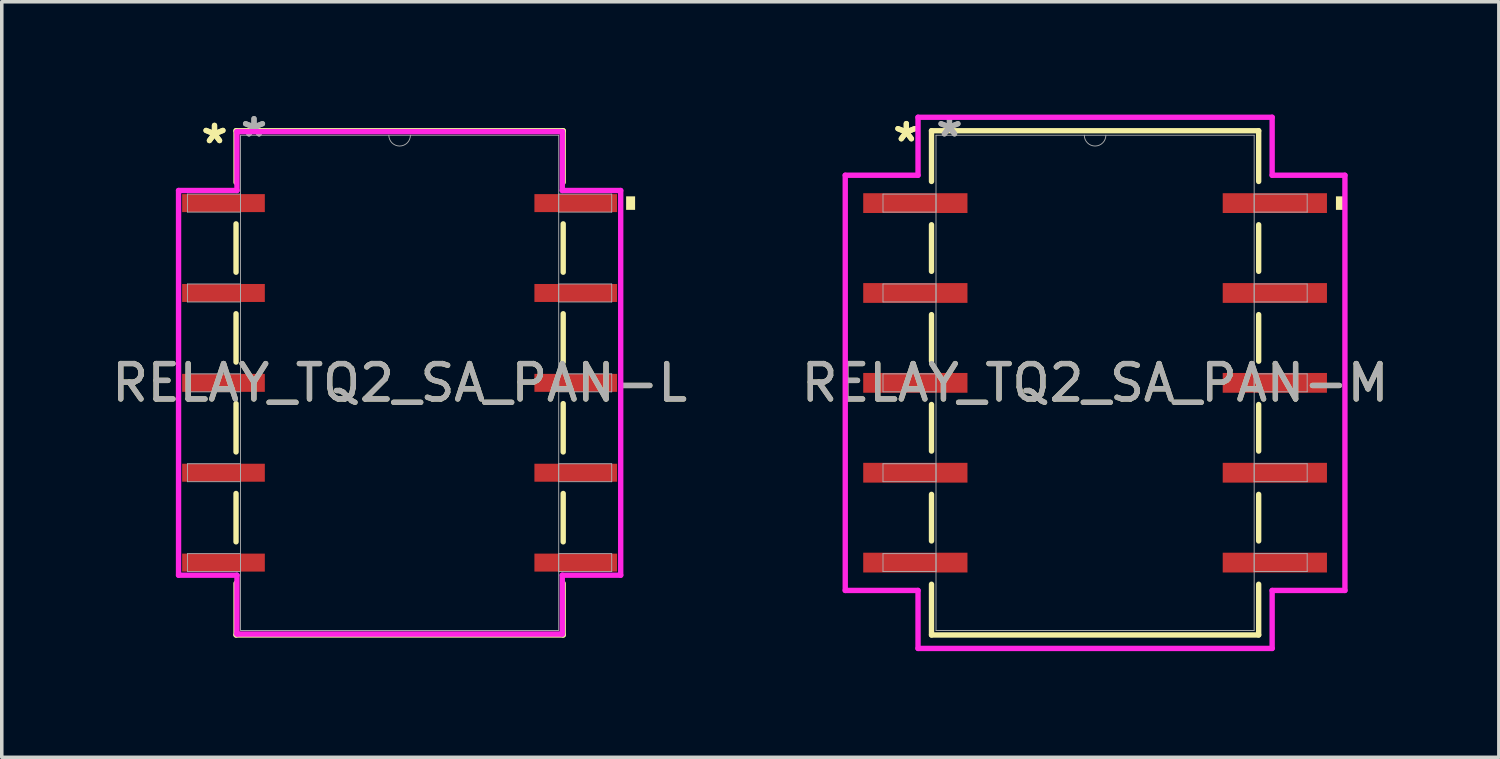
<source format=kicad_pcb>
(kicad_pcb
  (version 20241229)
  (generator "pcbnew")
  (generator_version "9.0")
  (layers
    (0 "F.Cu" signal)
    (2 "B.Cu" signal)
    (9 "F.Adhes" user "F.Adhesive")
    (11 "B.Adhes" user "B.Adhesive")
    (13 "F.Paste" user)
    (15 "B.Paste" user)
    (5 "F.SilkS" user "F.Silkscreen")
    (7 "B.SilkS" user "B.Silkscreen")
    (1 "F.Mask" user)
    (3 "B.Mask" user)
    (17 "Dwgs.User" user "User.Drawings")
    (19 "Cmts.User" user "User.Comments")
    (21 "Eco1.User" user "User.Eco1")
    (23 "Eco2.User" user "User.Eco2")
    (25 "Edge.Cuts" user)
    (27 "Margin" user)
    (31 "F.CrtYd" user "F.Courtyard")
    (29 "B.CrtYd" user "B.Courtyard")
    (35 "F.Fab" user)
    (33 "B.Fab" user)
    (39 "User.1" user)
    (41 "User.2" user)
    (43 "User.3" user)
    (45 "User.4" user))
  (footprint "RELAY_TQ2_SA_PAN-L"
    (layer "F.Cu")
    (at 8.244 7.77)
    (property "Reference" "RELAY_TQ2_SA_PAN-L" (at 0 0 0) (unlocked yes) (layer "F.SilkS") (effects (font (size 1 1) (thickness 0.15))))
    (attr smd)
    (fp_line (start -4.623 -7.125) (end -4.623 -5.667) (stroke (width 0.152) (type solid)) (layer "F.SilkS"))
    (fp_line (start -4.623 -4.493) (end -4.623 -3.127) (stroke (width 0.152) (type solid)) (layer "F.SilkS"))
    (fp_line (start -4.623 -1.953) (end -4.623 -0.587) (stroke (width 0.152) (type solid)) (layer "F.SilkS"))
    (fp_line (start -4.623 0.587) (end -4.623 1.953) (stroke (width 0.152) (type solid)) (layer "F.SilkS"))
    (fp_line (start -4.623 3.127) (end -4.623 4.493) (stroke (width 0.152) (type solid)) (layer "F.SilkS"))
    (fp_line (start -4.623 5.667) (end -4.623 7.125) (stroke (width 0.152) (type solid)) (layer "F.SilkS"))
    (fp_line (start -4.623 7.125) (end 4.623 7.125) (stroke (width 0.152) (type solid)) (layer "F.SilkS"))
    (fp_line (start 4.623 -7.125) (end -4.623 -7.125) (stroke (width 0.152) (type solid)) (layer "F.SilkS"))
    (fp_line (start 4.623 -5.667) (end 4.623 -7.125) (stroke (width 0.152) (type solid)) (layer "F.SilkS"))
    (fp_line (start 4.623 -3.127) (end 4.623 -4.493) (stroke (width 0.152) (type solid)) (layer "F.SilkS"))
    (fp_line (start 4.623 -0.587) (end 4.623 -1.953) (stroke (width 0.152) (type solid)) (layer "F.SilkS"))
    (fp_line (start 4.623 1.953) (end 4.623 0.587) (stroke (width 0.152) (type solid)) (layer "F.SilkS"))
    (fp_line (start 4.623 4.493) (end 4.623 3.127) (stroke (width 0.152) (type solid)) (layer "F.SilkS"))
    (fp_line (start 4.623 7.125) (end 4.623 5.667) (stroke (width 0.152) (type solid)) (layer "F.SilkS"))
    (fp_poly (pts (xy 6.655 -5.271) (xy 6.655 -4.889) (xy 6.401 -4.889) (xy 6.401 -5.271)) (stroke (width 0) (type solid)) (fill yes) (layer "F.SilkS"))
    (fp_line (start -6.248 -5.436) (end -4.597 -5.436) (stroke (width 0.152) (type solid)) (layer "F.CrtYd"))
    (fp_line (start -6.248 5.436) (end -6.248 -5.436) (stroke (width 0.152) (type solid)) (layer "F.CrtYd"))
    (fp_line (start -6.248 5.436) (end -4.597 5.436) (stroke (width 0.152) (type solid)) (layer "F.CrtYd"))
    (fp_line (start -4.597 -7.099) (end 4.597 -7.099) (stroke (width 0.152) (type solid)) (layer "F.CrtYd"))
    (fp_line (start -4.597 -5.436) (end -4.597 -7.099) (stroke (width 0.152) (type solid)) (layer "F.CrtYd"))
    (fp_line (start -4.597 7.099) (end -4.597 5.436) (stroke (width 0.152) (type solid)) (layer "F.CrtYd"))
    (fp_line (start 4.597 -7.099) (end 4.597 -5.436) (stroke (width 0.152) (type solid)) (layer "F.CrtYd"))
    (fp_line (start 4.597 5.436) (end 4.597 7.099) (stroke (width 0.152) (type solid)) (layer "F.CrtYd"))
    (fp_line (start 4.597 7.099) (end -4.597 7.099) (stroke (width 0.152) (type solid)) (layer "F.CrtYd"))
    (fp_line (start 6.248 -5.436) (end 4.597 -5.436) (stroke (width 0.152) (type solid)) (layer "F.CrtYd"))
    (fp_line (start 6.248 -5.436) (end 6.248 5.436) (stroke (width 0.152) (type solid)) (layer "F.CrtYd"))
    (fp_line (start 6.248 5.436) (end 4.597 5.436) (stroke (width 0.152) (type solid)) (layer "F.CrtYd"))
    (fp_line (start -5.994 -5.334) (end -5.994 -4.826) (stroke (width 0.025) (type solid)) (layer "F.Fab"))
    (fp_line (start -5.994 -4.826) (end -4.496 -4.826) (stroke (width 0.025) (type solid)) (layer "F.Fab"))
    (fp_line (start -5.994 -2.794) (end -5.994 -2.286) (stroke (width 0.025) (type solid)) (layer "F.Fab"))
    (fp_line (start -5.994 -2.286) (end -4.496 -2.286) (stroke (width 0.025) (type solid)) (layer "F.Fab"))
    (fp_line (start -5.994 -0.254) (end -5.994 0.254) (stroke (width 0.025) (type solid)) (layer "F.Fab"))
    (fp_line (start -5.994 0.254) (end -4.496 0.254) (stroke (width 0.025) (type solid)) (layer "F.Fab"))
    (fp_line (start -5.994 2.286) (end -5.994 2.794) (stroke (width 0.025) (type solid)) (layer "F.Fab"))
    (fp_line (start -5.994 2.794) (end -4.496 2.794) (stroke (width 0.025) (type solid)) (layer "F.Fab"))
    (fp_line (start -5.994 4.826) (end -5.994 5.334) (stroke (width 0.025) (type solid)) (layer "F.Fab"))
    (fp_line (start -5.994 5.334) (end -4.496 5.334) (stroke (width 0.025) (type solid)) (layer "F.Fab"))
    (fp_line (start -4.496 -6.998) (end -4.496 6.998) (stroke (width 0.025) (type solid)) (layer "F.Fab"))
    (fp_line (start -4.496 -5.334) (end -5.994 -5.334) (stroke (width 0.025) (type solid)) (layer "F.Fab"))
    (fp_line (start -4.496 -4.826) (end -4.496 -5.334) (stroke (width 0.025) (type solid)) (layer "F.Fab"))
    (fp_line (start -4.496 -2.794) (end -5.994 -2.794) (stroke (width 0.025) (type solid)) (layer "F.Fab"))
    (fp_line (start -4.496 -2.286) (end -4.496 -2.794) (stroke (width 0.025) (type solid)) (layer "F.Fab"))
    (fp_line (start -4.496 -0.254) (end -5.994 -0.254) (stroke (width 0.025) (type solid)) (layer "F.Fab"))
    (fp_line (start -4.496 0.254) (end -4.496 -0.254) (stroke (width 0.025) (type solid)) (layer "F.Fab"))
    (fp_line (start -4.496 2.286) (end -5.994 2.286) (stroke (width 0.025) (type solid)) (layer "F.Fab"))
    (fp_line (start -4.496 2.794) (end -4.496 2.286) (stroke (width 0.025) (type solid)) (layer "F.Fab"))
    (fp_line (start -4.496 4.826) (end -5.994 4.826) (stroke (width 0.025) (type solid)) (layer "F.Fab"))
    (fp_line (start -4.496 5.334) (end -4.496 4.826) (stroke (width 0.025) (type solid)) (layer "F.Fab"))
    (fp_line (start -4.496 6.998) (end 4.496 6.998) (stroke (width 0.025) (type solid)) (layer "F.Fab"))
    (fp_line (start 4.496 -6.998) (end -4.496 -6.998) (stroke (width 0.025) (type solid)) (layer "F.Fab"))
    (fp_line (start 4.496 -5.334) (end 4.496 -4.826) (stroke (width 0.025) (type solid)) (layer "F.Fab"))
    (fp_line (start 4.496 -4.826) (end 5.994 -4.826) (stroke (width 0.025) (type solid)) (layer "F.Fab"))
    (fp_line (start 4.496 -2.794) (end 4.496 -2.286) (stroke (width 0.025) (type solid)) (layer "F.Fab"))
    (fp_line (start 4.496 -2.286) (end 5.994 -2.286) (stroke (width 0.025) (type solid)) (layer "F.Fab"))
    (fp_line (start 4.496 -0.254) (end 4.496 0.254) (stroke (width 0.025) (type solid)) (layer "F.Fab"))
    (fp_line (start 4.496 0.254) (end 5.994 0.254) (stroke (width 0.025) (type solid)) (layer "F.Fab"))
    (fp_line (start 4.496 2.286) (end 4.496 2.794) (stroke (width 0.025) (type solid)) (layer "F.Fab"))
    (fp_line (start 4.496 2.794) (end 5.994 2.794) (stroke (width 0.025) (type solid)) (layer "F.Fab"))
    (fp_line (start 4.496 4.826) (end 4.496 5.334) (stroke (width 0.025) (type solid)) (layer "F.Fab"))
    (fp_line (start 4.496 5.334) (end 5.994 5.334) (stroke (width 0.025) (type solid)) (layer "F.Fab"))
    (fp_line (start 4.496 6.998) (end 4.496 -6.998) (stroke (width 0.025) (type solid)) (layer "F.Fab"))
    (fp_line (start 5.994 -5.334) (end 4.496 -5.334) (stroke (width 0.025) (type solid)) (layer "F.Fab"))
    (fp_line (start 5.994 -4.826) (end 5.994 -5.334) (stroke (width 0.025) (type solid)) (layer "F.Fab"))
    (fp_line (start 5.994 -2.794) (end 4.496 -2.794) (stroke (width 0.025) (type solid)) (layer "F.Fab"))
    (fp_line (start 5.994 -2.286) (end 5.994 -2.794) (stroke (width 0.025) (type solid)) (layer "F.Fab"))
    (fp_line (start 5.994 -0.254) (end 4.496 -0.254) (stroke (width 0.025) (type solid)) (layer "F.Fab"))
    (fp_line (start 5.994 0.254) (end 5.994 -0.254) (stroke (width 0.025) (type solid)) (layer "F.Fab"))
    (fp_line (start 5.994 2.286) (end 4.496 2.286) (stroke (width 0.025) (type solid)) (layer "F.Fab"))
    (fp_line (start 5.994 2.794) (end 5.994 2.286) (stroke (width 0.025) (type solid)) (layer "F.Fab"))
    (fp_line (start 5.994 4.826) (end 4.496 4.826) (stroke (width 0.025) (type solid)) (layer "F.Fab"))
    (fp_line (start 5.994 5.334) (end 5.994 4.826) (stroke (width 0.025) (type solid)) (layer "F.Fab"))
    (fp_arc (start 0.3048 -6.9977) (mid 0 -6.6929) (end -0.3048 -6.9977) (stroke (width 0.0254) (type solid)) (layer "F.Fab"))
    (fp_text user "*" (at -5.232 -6.731 0) (layer "F.SilkS") (effects (font (size 1 1) (thickness 0.15))))
    (fp_text user "*" (at -5.232 -6.731 0) (unlocked yes) (layer "F.SilkS") (effects (font (size 1 1) (thickness 0.15))))
    (fp_text user "*" (at -4.115 -6.921 0) (layer "F.Fab") (effects (font (size 1 1) (thickness 0.15))))
    (fp_text user "${REFERENCE}" (at 0 0 0) (unlocked yes) (layer "F.Fab") (effects (font (size 1 1) (thickness 0.15))))
    (fp_text user "*" (at -4.115 -6.921 0) (unlocked yes) (layer "F.Fab") (effects (font (size 1 1) (thickness 0.15))))
    (pad "1" smd rect (at -4.978 -5.08) (size 2.337 0.508) (layers "F.Cu" "F.Mask" "F.Paste"))
    (pad "2" smd rect (at -4.978 -2.54) (size 2.337 0.508) (layers "F.Cu" "F.Mask" "F.Paste"))
    (pad "3" smd rect (at -4.978 0) (size 2.337 0.508) (layers "F.Cu" "F.Mask" "F.Paste"))
    (pad "4" smd rect (at -4.978 2.54) (size 2.337 0.508) (layers "F.Cu" "F.Mask" "F.Paste"))
    (pad "5" smd rect (at -4.978 5.08) (size 2.337 0.508) (layers "F.Cu" "F.Mask" "F.Paste"))
    (pad "6" smd rect (at 4.978 5.08) (size 2.337 0.508) (layers "F.Cu" "F.Mask" "F.Paste"))
    (pad "7" smd rect (at 4.978 2.54) (size 2.337 0.508) (layers "F.Cu" "F.Mask" "F.Paste"))
    (pad "8" smd rect (at 4.978 0) (size 2.337 0.508) (layers "F.Cu" "F.Mask" "F.Paste"))
    (pad "9" smd rect (at 4.978 -2.54) (size 2.337 0.508) (layers "F.Cu" "F.Mask" "F.Paste"))
    (pad "10" smd rect (at 4.978 -5.08) (size 2.337 0.508) (layers "F.Cu" "F.Mask" "F.Paste")))
  (footprint "RELAY_TQ2_SA_PAN-M"
    (layer "F.Cu")
    (at 27.899 7.77)
    (property "Reference" "RELAY_TQ2_SA_PAN-M" (at 0 0 0) (unlocked yes) (layer "F.SilkS") (effects (font (size 1 1) (thickness 0.15))))
    (attr smd)
    (fp_line (start -4.623 -7.125) (end -4.623 -5.692) (stroke (width 0.152) (type solid)) (layer "F.SilkS"))
    (fp_line (start -4.623 -4.468) (end -4.623 -3.152) (stroke (width 0.152) (type solid)) (layer "F.SilkS"))
    (fp_line (start -4.623 -1.928) (end -4.623 -0.612) (stroke (width 0.152) (type solid)) (layer "F.SilkS"))
    (fp_line (start -4.623 0.612) (end -4.623 1.928) (stroke (width 0.152) (type solid)) (layer "F.SilkS"))
    (fp_line (start -4.623 3.152) (end -4.623 4.468) (stroke (width 0.152) (type solid)) (layer "F.SilkS"))
    (fp_line (start -4.623 5.692) (end -4.623 7.125) (stroke (width 0.152) (type solid)) (layer "F.SilkS"))
    (fp_line (start -4.623 7.125) (end 4.623 7.125) (stroke (width 0.152) (type solid)) (layer "F.SilkS"))
    (fp_line (start 4.623 -7.125) (end -4.623 -7.125) (stroke (width 0.152) (type solid)) (layer "F.SilkS"))
    (fp_line (start 4.623 -5.692) (end 4.623 -7.125) (stroke (width 0.152) (type solid)) (layer "F.SilkS"))
    (fp_line (start 4.623 -3.152) (end 4.623 -4.468) (stroke (width 0.152) (type solid)) (layer "F.SilkS"))
    (fp_line (start 4.623 -0.612) (end 4.623 -1.928) (stroke (width 0.152) (type solid)) (layer "F.SilkS"))
    (fp_line (start 4.623 1.928) (end 4.623 0.612) (stroke (width 0.152) (type solid)) (layer "F.SilkS"))
    (fp_line (start 4.623 4.468) (end 4.623 3.152) (stroke (width 0.152) (type solid)) (layer "F.SilkS"))
    (fp_line (start 4.623 7.125) (end 4.623 5.692) (stroke (width 0.152) (type solid)) (layer "F.SilkS"))
    (fp_poly (pts (xy 7.061 -5.271) (xy 7.061 -4.889) (xy 6.807 -4.889) (xy 6.807 -5.271)) (stroke (width 0) (type solid)) (fill yes) (layer "F.SilkS"))
    (fp_line (start -7.061 -5.867) (end -5.004 -5.867) (stroke (width 0.152) (type solid)) (layer "F.CrtYd"))
    (fp_line (start -7.061 5.867) (end -7.061 -5.867) (stroke (width 0.152) (type solid)) (layer "F.CrtYd"))
    (fp_line (start -7.061 5.867) (end -5.004 5.867) (stroke (width 0.152) (type solid)) (layer "F.CrtYd"))
    (fp_line (start -5.004 -7.506) (end 5.004 -7.506) (stroke (width 0.152) (type solid)) (layer "F.CrtYd"))
    (fp_line (start -5.004 -5.867) (end -5.004 -7.506) (stroke (width 0.152) (type solid)) (layer "F.CrtYd"))
    (fp_line (start -5.004 7.506) (end -5.004 5.867) (stroke (width 0.152) (type solid)) (layer "F.CrtYd"))
    (fp_line (start 5.004 -7.506) (end 5.004 -5.867) (stroke (width 0.152) (type solid)) (layer "F.CrtYd"))
    (fp_line (start 5.004 5.867) (end 5.004 7.506) (stroke (width 0.152) (type solid)) (layer "F.CrtYd"))
    (fp_line (start 5.004 7.506) (end -5.004 7.506) (stroke (width 0.152) (type solid)) (layer "F.CrtYd"))
    (fp_line (start 7.061 -5.867) (end 5.004 -5.867) (stroke (width 0.152) (type solid)) (layer "F.CrtYd"))
    (fp_line (start 7.061 -5.867) (end 7.061 5.867) (stroke (width 0.152) (type solid)) (layer "F.CrtYd"))
    (fp_line (start 7.061 5.867) (end 5.004 5.867) (stroke (width 0.152) (type solid)) (layer "F.CrtYd"))
    (fp_line (start -5.994 -5.334) (end -5.994 -4.826) (stroke (width 0.025) (type solid)) (layer "F.Fab"))
    (fp_line (start -5.994 -4.826) (end -4.496 -4.826) (stroke (width 0.025) (type solid)) (layer "F.Fab"))
    (fp_line (start -5.994 -2.794) (end -5.994 -2.286) (stroke (width 0.025) (type solid)) (layer "F.Fab"))
    (fp_line (start -5.994 -2.286) (end -4.496 -2.286) (stroke (width 0.025) (type solid)) (layer "F.Fab"))
    (fp_line (start -5.994 -0.254) (end -5.994 0.254) (stroke (width 0.025) (type solid)) (layer "F.Fab"))
    (fp_line (start -5.994 0.254) (end -4.496 0.254) (stroke (width 0.025) (type solid)) (layer "F.Fab"))
    (fp_line (start -5.994 2.286) (end -5.994 2.794) (stroke (width 0.025) (type solid)) (layer "F.Fab"))
    (fp_line (start -5.994 2.794) (end -4.496 2.794) (stroke (width 0.025) (type solid)) (layer "F.Fab"))
    (fp_line (start -5.994 4.826) (end -5.994 5.334) (stroke (width 0.025) (type solid)) (layer "F.Fab"))
    (fp_line (start -5.994 5.334) (end -4.496 5.334) (stroke (width 0.025) (type solid)) (layer "F.Fab"))
    (fp_line (start -4.496 -6.998) (end -4.496 6.998) (stroke (width 0.025) (type solid)) (layer "F.Fab"))
    (fp_line (start -4.496 -5.334) (end -5.994 -5.334) (stroke (width 0.025) (type solid)) (layer "F.Fab"))
    (fp_line (start -4.496 -4.826) (end -4.496 -5.334) (stroke (width 0.025) (type solid)) (layer "F.Fab"))
    (fp_line (start -4.496 -2.794) (end -5.994 -2.794) (stroke (width 0.025) (type solid)) (layer "F.Fab"))
    (fp_line (start -4.496 -2.286) (end -4.496 -2.794) (stroke (width 0.025) (type solid)) (layer "F.Fab"))
    (fp_line (start -4.496 -0.254) (end -5.994 -0.254) (stroke (width 0.025) (type solid)) (layer "F.Fab"))
    (fp_line (start -4.496 0.254) (end -4.496 -0.254) (stroke (width 0.025) (type solid)) (layer "F.Fab"))
    (fp_line (start -4.496 2.286) (end -5.994 2.286) (stroke (width 0.025) (type solid)) (layer "F.Fab"))
    (fp_line (start -4.496 2.794) (end -4.496 2.286) (stroke (width 0.025) (type solid)) (layer "F.Fab"))
    (fp_line (start -4.496 4.826) (end -5.994 4.826) (stroke (width 0.025) (type solid)) (layer "F.Fab"))
    (fp_line (start -4.496 5.334) (end -4.496 4.826) (stroke (width 0.025) (type solid)) (layer "F.Fab"))
    (fp_line (start -4.496 6.998) (end 4.496 6.998) (stroke (width 0.025) (type solid)) (layer "F.Fab"))
    (fp_line (start 4.496 -6.998) (end -4.496 -6.998) (stroke (width 0.025) (type solid)) (layer "F.Fab"))
    (fp_line (start 4.496 -5.334) (end 4.496 -4.826) (stroke (width 0.025) (type solid)) (layer "F.Fab"))
    (fp_line (start 4.496 -4.826) (end 5.994 -4.826) (stroke (width 0.025) (type solid)) (layer "F.Fab"))
    (fp_line (start 4.496 -2.794) (end 4.496 -2.286) (stroke (width 0.025) (type solid)) (layer "F.Fab"))
    (fp_line (start 4.496 -2.286) (end 5.994 -2.286) (stroke (width 0.025) (type solid)) (layer "F.Fab"))
    (fp_line (start 4.496 -0.254) (end 4.496 0.254) (stroke (width 0.025) (type solid)) (layer "F.Fab"))
    (fp_line (start 4.496 0.254) (end 5.994 0.254) (stroke (width 0.025) (type solid)) (layer "F.Fab"))
    (fp_line (start 4.496 2.286) (end 4.496 2.794) (stroke (width 0.025) (type solid)) (layer "F.Fab"))
    (fp_line (start 4.496 2.794) (end 5.994 2.794) (stroke (width 0.025) (type solid)) (layer "F.Fab"))
    (fp_line (start 4.496 4.826) (end 4.496 5.334) (stroke (width 0.025) (type solid)) (layer "F.Fab"))
    (fp_line (start 4.496 5.334) (end 5.994 5.334) (stroke (width 0.025) (type solid)) (layer "F.Fab"))
    (fp_line (start 4.496 6.998) (end 4.496 -6.998) (stroke (width 0.025) (type solid)) (layer "F.Fab"))
    (fp_line (start 5.994 -5.334) (end 4.496 -5.334) (stroke (width 0.025) (type solid)) (layer "F.Fab"))
    (fp_line (start 5.994 -4.826) (end 5.994 -5.334) (stroke (width 0.025) (type solid)) (layer "F.Fab"))
    (fp_line (start 5.994 -2.794) (end 4.496 -2.794) (stroke (width 0.025) (type solid)) (layer "F.Fab"))
    (fp_line (start 5.994 -2.286) (end 5.994 -2.794) (stroke (width 0.025) (type solid)) (layer "F.Fab"))
    (fp_line (start 5.994 -0.254) (end 4.496 -0.254) (stroke (width 0.025) (type solid)) (layer "F.Fab"))
    (fp_line (start 5.994 0.254) (end 5.994 -0.254) (stroke (width 0.025) (type solid)) (layer "F.Fab"))
    (fp_line (start 5.994 2.286) (end 4.496 2.286) (stroke (width 0.025) (type solid)) (layer "F.Fab"))
    (fp_line (start 5.994 2.794) (end 5.994 2.286) (stroke (width 0.025) (type solid)) (layer "F.Fab"))
    (fp_line (start 5.994 4.826) (end 4.496 4.826) (stroke (width 0.025) (type solid)) (layer "F.Fab"))
    (fp_line (start 5.994 5.334) (end 5.994 4.826) (stroke (width 0.025) (type solid)) (layer "F.Fab"))
    (fp_arc (start 0.3048 -6.9977) (mid 0 -6.6929) (end -0.3048 -6.9977) (stroke (width 0.0254) (type solid)) (layer "F.Fab"))
    (fp_text user "*" (at -5.334 -6.782 0) (unlocked yes) (layer "F.SilkS") (effects (font (size 1 1) (thickness 0.15))))
    (fp_text user "*" (at -5.334 -6.782 0) (layer "F.SilkS") (effects (font (size 1 1) (thickness 0.15))))
    (fp_text user "*" (at -4.115 -6.921 0) (unlocked yes) (layer "F.Fab") (effects (font (size 1 1) (thickness 0.15))))
    (fp_text user "*" (at -4.115 -6.921 0) (layer "F.Fab") (effects (font (size 1 1) (thickness 0.15))))
    (fp_text user "${REFERENCE}" (at 0 0 0) (unlocked yes) (layer "F.Fab") (effects (font (size 1 1) (thickness 0.15))))
    (pad "1" smd rect (at -5.08 -5.08) (size 2.946 0.559) (layers "F.Cu" "F.Mask" "F.Paste"))
    (pad "2" smd rect (at -5.08 -2.54) (size 2.946 0.559) (layers "F.Cu" "F.Mask" "F.Paste"))
    (pad "3" smd rect (at -5.08 0) (size 2.946 0.559) (layers "F.Cu" "F.Mask" "F.Paste"))
    (pad "4" smd rect (at -5.08 2.54) (size 2.946 0.559) (layers "F.Cu" "F.Mask" "F.Paste"))
    (pad "5" smd rect (at -5.08 5.08) (size 2.946 0.559) (layers "F.Cu" "F.Mask" "F.Paste"))
    (pad "6" smd rect (at 5.08 5.08) (size 2.946 0.559) (layers "F.Cu" "F.Mask" "F.Paste"))
    (pad "7" smd rect (at 5.08 2.54) (size 2.946 0.559) (layers "F.Cu" "F.Mask" "F.Paste"))
    (pad "8" smd rect (at 5.08 0) (size 2.946 0.559) (layers "F.Cu" "F.Mask" "F.Paste"))
    (pad "9" smd rect (at 5.08 -2.54) (size 2.946 0.559) (layers "F.Cu" "F.Mask" "F.Paste"))
    (pad "10" smd rect (at 5.08 -5.08) (size 2.946 0.559) (layers "F.Cu" "F.Mask" "F.Paste")))
  (gr_rect
    (start -3 -3)
    (end 39.31 18.352)
    (stroke (width 0.1) (type default))
    (fill no)
    (layer "Edge.Cuts")))
</source>
